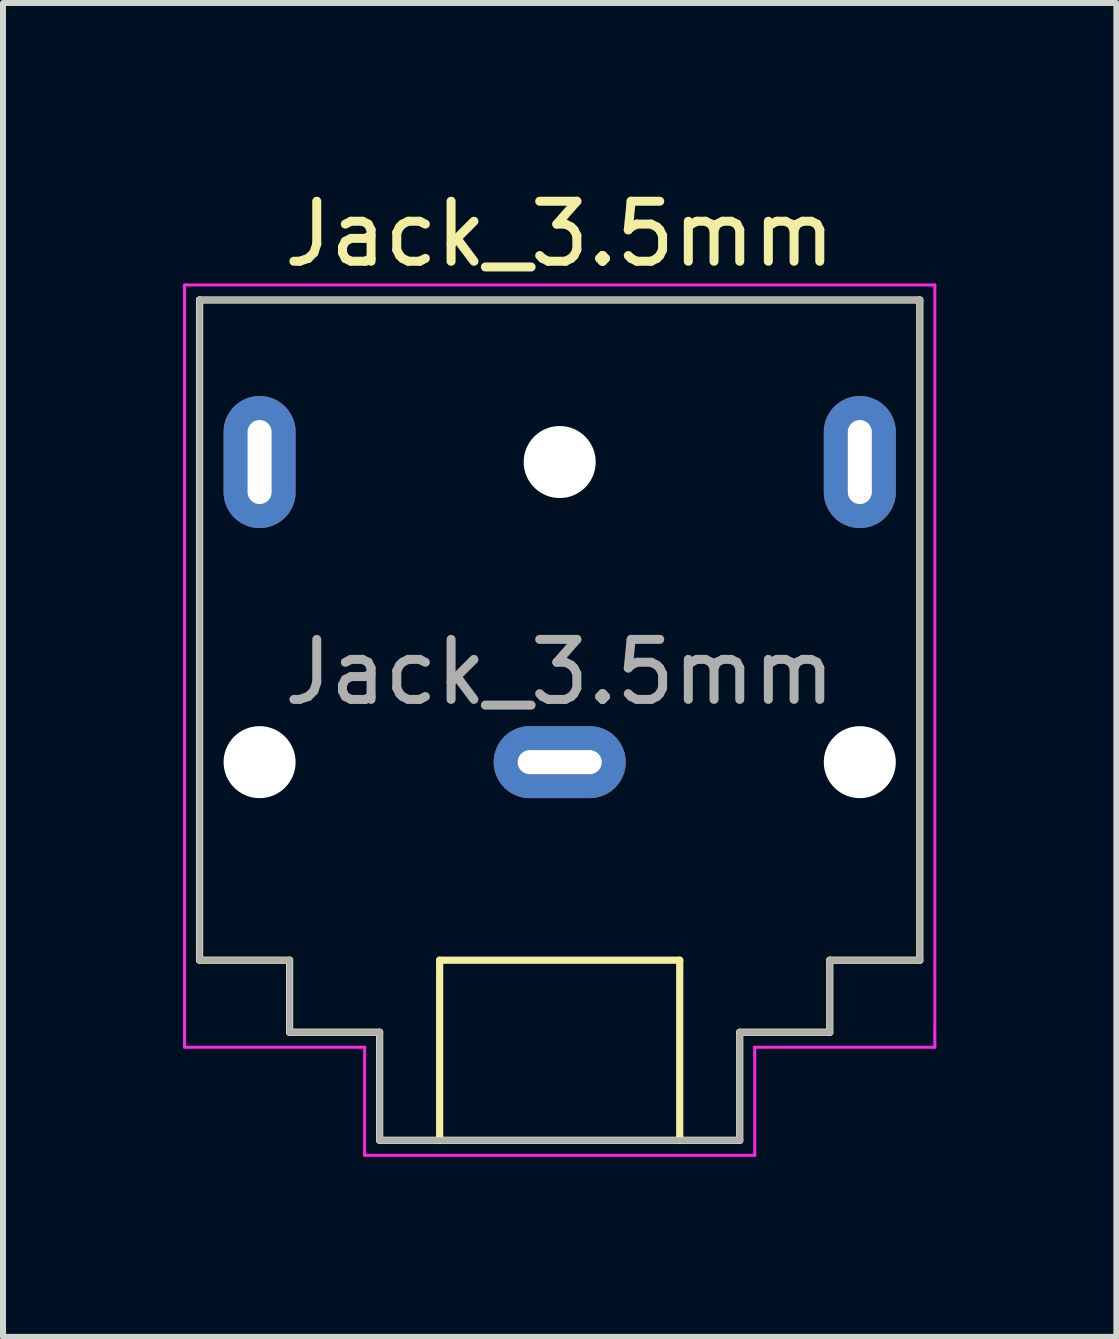
<source format=kicad_pcb>
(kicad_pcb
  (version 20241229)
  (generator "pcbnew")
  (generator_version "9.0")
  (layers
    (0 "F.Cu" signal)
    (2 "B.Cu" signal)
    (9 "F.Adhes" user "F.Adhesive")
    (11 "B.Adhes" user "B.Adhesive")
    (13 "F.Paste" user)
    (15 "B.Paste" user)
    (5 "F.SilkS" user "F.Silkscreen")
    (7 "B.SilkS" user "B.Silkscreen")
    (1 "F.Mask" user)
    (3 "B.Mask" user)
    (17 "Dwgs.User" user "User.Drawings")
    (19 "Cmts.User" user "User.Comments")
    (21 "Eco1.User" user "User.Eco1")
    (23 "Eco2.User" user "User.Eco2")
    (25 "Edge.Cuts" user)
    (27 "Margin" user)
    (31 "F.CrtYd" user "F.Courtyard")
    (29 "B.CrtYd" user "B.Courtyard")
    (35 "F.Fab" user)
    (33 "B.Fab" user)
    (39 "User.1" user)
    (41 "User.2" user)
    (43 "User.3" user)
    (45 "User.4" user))
  (footprint "Jack_3.5mm"
    (layer "F.Cu")
    (at 6.275 9.648)
    (property "Reference" "Jack_3.5mm" (at 0 -8.8 0) (layer "F.SilkS") (effects (font (size 1 1) (thickness 0.15))))
    (attr through_hole exclude_from_pos_files exclude_from_bom)
    (fp_line (start -6 -7.7) (end 6 -7.7) (stroke (width 0.12) (type solid)) (layer "F.SilkS"))
    (fp_line (start -6 3.3) (end -6 -7.7) (stroke (width 0.12) (type solid)) (layer "F.SilkS"))
    (fp_line (start -4.5 3.3) (end -6 3.3) (stroke (width 0.12) (type solid)) (layer "F.SilkS"))
    (fp_line (start -4.5 4.5) (end -4.5 3.3) (stroke (width 0.12) (type solid)) (layer "F.SilkS"))
    (fp_line (start -3 4.5) (end -4.5 4.5) (stroke (width 0.12) (type solid)) (layer "F.SilkS"))
    (fp_line (start -3 6.3) (end -3 4.5) (stroke (width 0.12) (type solid)) (layer "F.SilkS"))
    (fp_line (start -2 3.3) (end -2 6.3) (stroke (width 0.12) (type solid)) (layer "F.SilkS"))
    (fp_line (start 2 3.3) (end -2 3.3) (stroke (width 0.12) (type solid)) (layer "F.SilkS"))
    (fp_line (start 2 6.3) (end 2 3.3) (stroke (width 0.12) (type solid)) (layer "F.SilkS"))
    (fp_line (start 3 4.5) (end 3 6.3) (stroke (width 0.12) (type solid)) (layer "F.SilkS"))
    (fp_line (start 3 6.3) (end -3 6.3) (stroke (width 0.12) (type solid)) (layer "F.SilkS"))
    (fp_line (start 4.5 3.3) (end 4.5 4.5) (stroke (width 0.12) (type solid)) (layer "F.SilkS"))
    (fp_line (start 4.5 4.5) (end 3 4.5) (stroke (width 0.12) (type solid)) (layer "F.SilkS"))
    (fp_line (start 6 -7.7) (end 6 3.3) (stroke (width 0.12) (type solid)) (layer "F.SilkS"))
    (fp_line (start 6 3.3) (end 4.5 3.3) (stroke (width 0.12) (type solid)) (layer "F.SilkS"))
    (fp_line (start -6.25 -7.95) (end -6.25 4.75) (stroke (width 0.05) (type solid)) (layer "F.CrtYd"))
    (fp_line (start -6.25 4.75) (end -3.25 4.75) (stroke (width 0.05) (type solid)) (layer "F.CrtYd"))
    (fp_line (start -3.25 4.75) (end -3.25 6.55) (stroke (width 0.05) (type solid)) (layer "F.CrtYd"))
    (fp_line (start -3.25 6.55) (end 3.25 6.55) (stroke (width 0.05) (type solid)) (layer "F.CrtYd"))
    (fp_line (start 3.25 4.75) (end 6.25 4.75) (stroke (width 0.05) (type solid)) (layer "F.CrtYd"))
    (fp_line (start 3.25 6.55) (end 3.25 4.75) (stroke (width 0.05) (type solid)) (layer "F.CrtYd"))
    (fp_line (start 6.25 -7.95) (end -6.25 -7.95) (stroke (width 0.05) (type solid)) (layer "F.CrtYd"))
    (fp_line (start 6.25 4.5) (end 6.25 -7.95) (stroke (width 0.05) (type solid)) (layer "F.CrtYd"))
    (fp_line (start 6.25 4.75) (end 6.25 4.5) (stroke (width 0.05) (type solid)) (layer "F.CrtYd"))
    (fp_line (start -6 -7.7) (end 6 -7.7) (stroke (width 0.1) (type solid)) (layer "F.Fab"))
    (fp_line (start -6 3.3) (end -6 -7.7) (stroke (width 0.1) (type solid)) (layer "F.Fab"))
    (fp_line (start -4.5 3.3) (end -6 3.3) (stroke (width 0.1) (type solid)) (layer "F.Fab"))
    (fp_line (start -4.5 4.5) (end -4.5 3.3) (stroke (width 0.1) (type solid)) (layer "F.Fab"))
    (fp_line (start -4.5 4.5) (end -3 4.5) (stroke (width 0.1) (type solid)) (layer "F.Fab"))
    (fp_line (start -3 4.5) (end -3 6.3) (stroke (width 0.1) (type solid)) (layer "F.Fab"))
    (fp_line (start -3 6.3) (end 3 6.3) (stroke (width 0.1) (type solid)) (layer "F.Fab"))
    (fp_line (start 3 4.5) (end 3 6.3) (stroke (width 0.1) (type solid)) (layer "F.Fab"))
    (fp_line (start 4.5 3.3) (end 6 3.3) (stroke (width 0.1) (type solid)) (layer "F.Fab"))
    (fp_line (start 4.5 4.5) (end 3 4.5) (stroke (width 0.1) (type solid)) (layer "F.Fab"))
    (fp_line (start 4.5 4.5) (end 4.5 3.3) (stroke (width 0.1) (type solid)) (layer "F.Fab"))
    (fp_line (start 6 3.3) (end 6 -7.7) (stroke (width 0.1) (type solid)) (layer "F.Fab"))
    (fp_text user "${REFERENCE}" (at 0 -1.5 0) (layer "F.Fab") (effects (font (size 1 1) (thickness 0.15))))
    (pad "" np_thru_hole circle (at -5 0) (size 1.2 1.2) (drill 1.2) (layers "*.Cu" "*.Mask"))
    (pad "" np_thru_hole circle (at 0 -5) (size 1.2 1.2) (drill 1.2) (layers "*.Cu" "*.Mask"))
    (pad "" np_thru_hole circle (at 5 0) (size 1.2 1.2) (drill 1.2) (layers "*.Cu" "*.Mask"))
    (pad "R" thru_hole oval (at -5 -5) (size 1.2 2.2) (drill oval 0.4 1.4) (layers "*.Cu" "*.Mask"))
    (pad "S" thru_hole oval (at 0 0) (size 2.2 1.2) (drill oval 1.4 0.4) (layers "*.Cu" "*.Mask"))
    (pad "T" thru_hole oval (at 5 -5 180) (size 1.2 2.2) (drill oval 0.4 1.4) (layers "*.Cu" "*.Mask")))
  (gr_rect
    (start -3 -3)
    (end 15.55 19.223)
    (stroke (width 0.1) (type default))
    (fill no)
    (layer "Edge.Cuts")))
</source>
